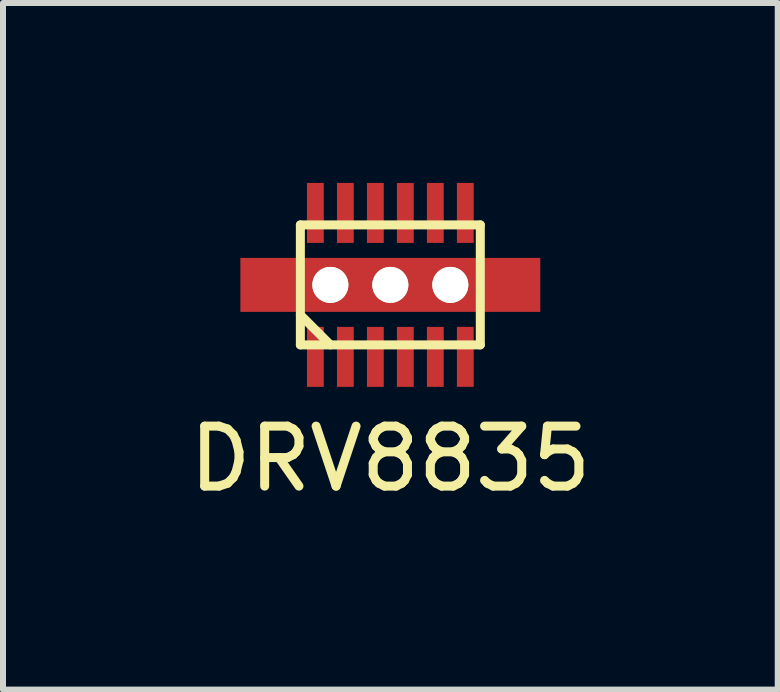
<source format=kicad_pcb>
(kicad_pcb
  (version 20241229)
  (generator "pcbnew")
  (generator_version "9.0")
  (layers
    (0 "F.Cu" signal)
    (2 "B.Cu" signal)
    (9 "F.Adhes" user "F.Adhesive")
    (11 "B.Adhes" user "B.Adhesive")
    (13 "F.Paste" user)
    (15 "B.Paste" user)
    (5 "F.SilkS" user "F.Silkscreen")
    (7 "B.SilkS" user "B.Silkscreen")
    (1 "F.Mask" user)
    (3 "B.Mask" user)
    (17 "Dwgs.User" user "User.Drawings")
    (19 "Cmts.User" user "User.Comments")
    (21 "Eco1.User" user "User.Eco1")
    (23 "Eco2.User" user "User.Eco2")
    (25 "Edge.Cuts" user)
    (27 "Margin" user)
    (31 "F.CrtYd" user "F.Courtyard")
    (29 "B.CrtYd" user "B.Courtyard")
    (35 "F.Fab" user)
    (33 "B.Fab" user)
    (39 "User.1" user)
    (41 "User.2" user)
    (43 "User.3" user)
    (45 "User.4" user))
  (footprint "DRV8835"
    (placed yes)
    (layer "F.Cu")
    (at 3.458 1.7)
    (property "Reference" "DRV8835" (at 0 2.9 0) (layer "F.SilkS") (effects (font (size 1 1) (thickness 0.15))))
    (attr through_hole)
    (fp_line (start -1.5 -1) (end -1.5 1) (stroke (width 0.15) (type solid)) (layer "F.SilkS"))
    (fp_line (start -1.5 0.5) (end -1 1) (stroke (width 0.15) (type solid)) (layer "F.SilkS"))
    (fp_line (start -1.5 1) (end 1.5 1) (stroke (width 0.15) (type solid)) (layer "F.SilkS"))
    (fp_line (start 1.5 -1) (end -1.5 -1) (stroke (width 0.15) (type solid)) (layer "F.SilkS"))
    (fp_line (start 1.5 1) (end 1.5 -1) (stroke (width 0.15) (type solid)) (layer "F.SilkS"))
    (pad "1" smd rect (at -1.25 0.95) (size 0.28 1) (drill (offset 0 0.25)) (layers "F.Cu" "F.Mask" "F.Paste"))
    (pad "2" smd rect (at -0.75 0.95) (size 0.28 1) (drill (offset 0 0.25)) (layers "F.Cu" "F.Mask" "F.Paste"))
    (pad "3" smd rect (at -0.25 0.95) (size 0.28 1) (drill (offset 0 0.25)) (layers "F.Cu" "F.Mask" "F.Paste"))
    (pad "4" smd rect (at 0.25 0.95) (size 0.28 1) (drill (offset 0 0.25)) (layers "F.Cu" "F.Mask" "F.Paste"))
    (pad "5" smd rect (at 0.75 0.95) (size 0.28 1) (drill (offset 0 0.25)) (layers "F.Cu" "F.Mask" "F.Paste"))
    (pad "6" smd rect (at 1.25 0.95) (size 0.28 1) (drill (offset 0 0.25)) (layers "F.Cu" "F.Mask" "F.Paste"))
    (pad "7" smd rect (at 1.25 -0.95) (size 0.28 1) (drill (offset 0 -0.25)) (layers "F.Cu" "F.Mask" "F.Paste"))
    (pad "8" smd rect (at 0.75 -0.95) (size 0.28 1) (drill (offset 0 -0.25)) (layers "F.Cu" "F.Mask" "F.Paste"))
    (pad "9" smd rect (at 0.25 -0.95) (size 0.28 1) (drill (offset 0 -0.25)) (layers "F.Cu" "F.Mask" "F.Paste"))
    (pad "10" smd rect (at -0.25 -0.95) (size 0.28 1) (drill (offset 0 -0.25)) (layers "F.Cu" "F.Mask" "F.Paste"))
    (pad "11" smd rect (at -0.75 -0.95) (size 0.28 1) (drill (offset 0 -0.25)) (layers "F.Cu" "F.Mask" "F.Paste"))
    (pad "12" smd rect (at -1.25 -0.95) (size 0.28 1) (drill (offset 0 -0.25)) (layers "F.Cu" "F.Mask" "F.Paste"))
    (pad "13" thru_hole circle (at -1 0) (size 0.6 0.6) (drill 0.6) (layers "*.Cu" "*.Mask" "F.SilkS"))
    (pad "13" thru_hole circle (at 0 0) (size 0.6 0.6) (drill 0.6) (layers "*.Cu" "*.Mask" "F.SilkS"))
    (pad "13" smd rect (at 0 0) (size 5 0.9) (layers "F.Cu" "F.Mask" "F.Paste"))
    (pad "13" thru_hole circle (at 1 0) (size 0.6 0.6) (drill 0.6) (layers "*.Cu" "*.Mask" "F.SilkS")))
  (gr_rect
    (start -3 -3)
    (end 9.917 8.448)
    (stroke (width 0.1) (type default))
    (fill no)
    (layer "Edge.Cuts")))
</source>
